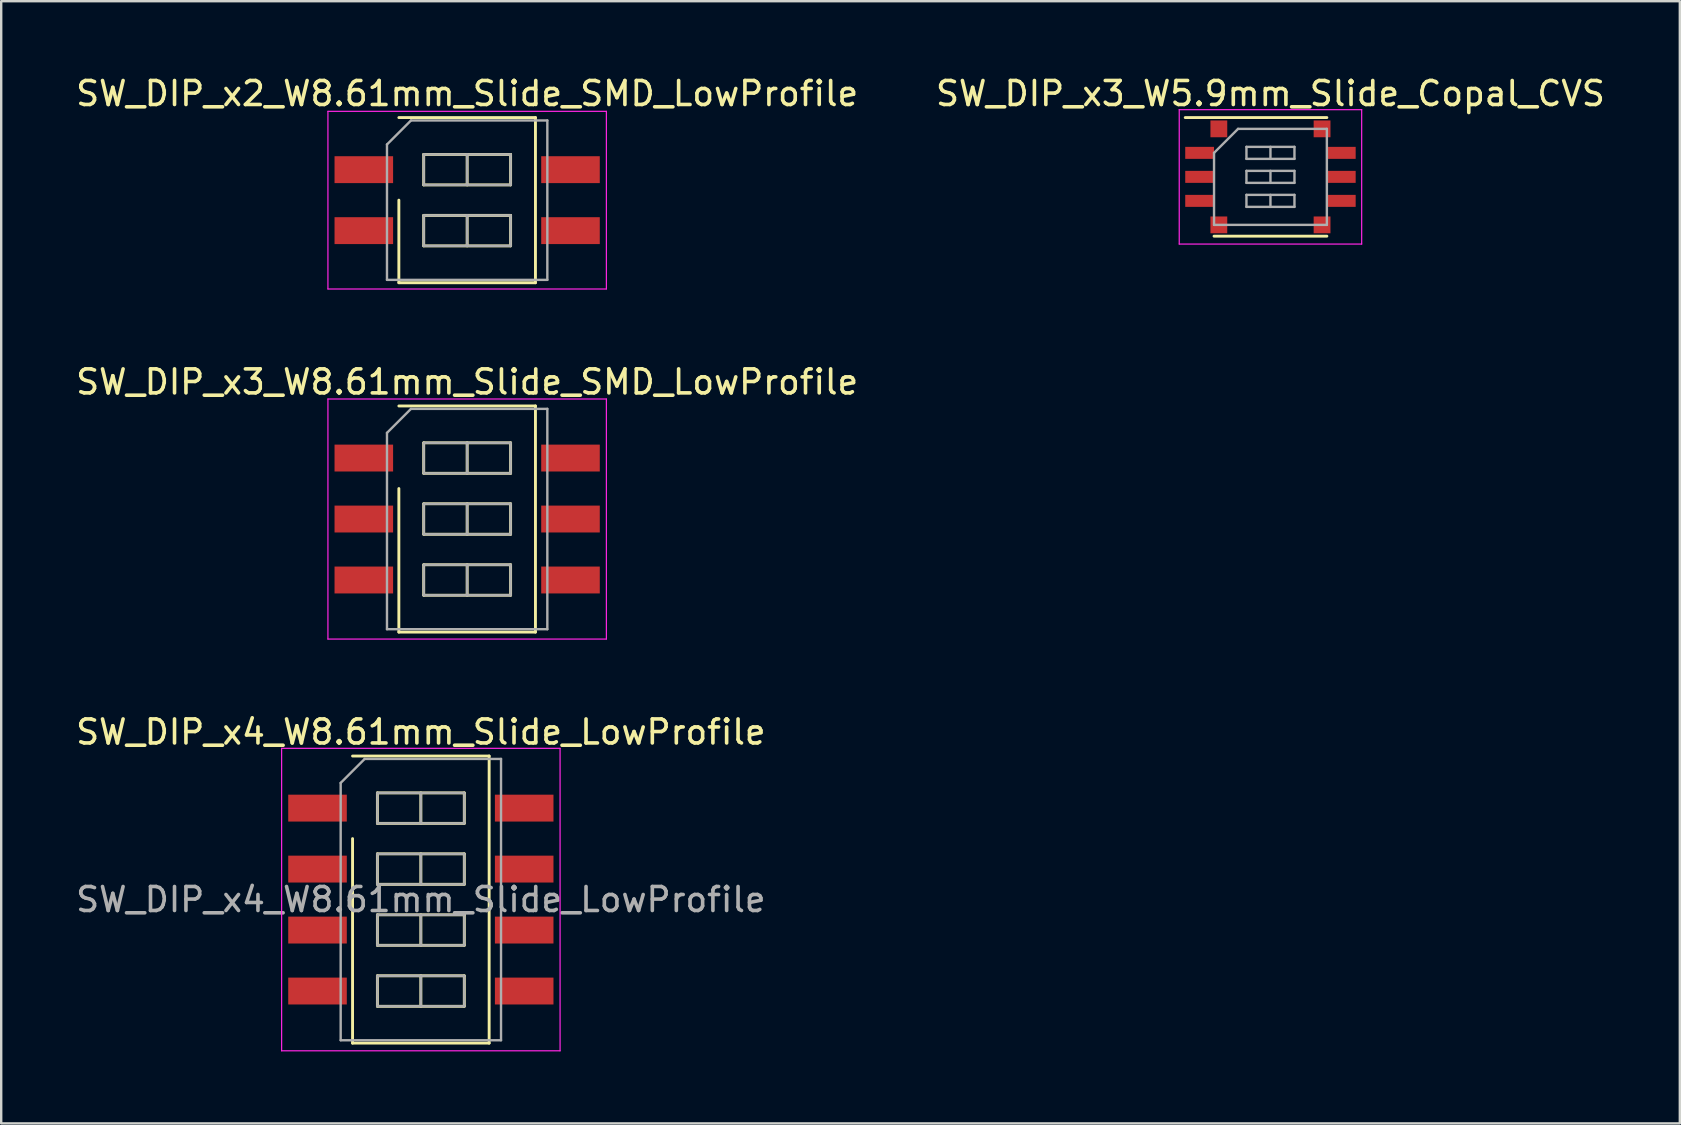
<source format=kicad_pcb>
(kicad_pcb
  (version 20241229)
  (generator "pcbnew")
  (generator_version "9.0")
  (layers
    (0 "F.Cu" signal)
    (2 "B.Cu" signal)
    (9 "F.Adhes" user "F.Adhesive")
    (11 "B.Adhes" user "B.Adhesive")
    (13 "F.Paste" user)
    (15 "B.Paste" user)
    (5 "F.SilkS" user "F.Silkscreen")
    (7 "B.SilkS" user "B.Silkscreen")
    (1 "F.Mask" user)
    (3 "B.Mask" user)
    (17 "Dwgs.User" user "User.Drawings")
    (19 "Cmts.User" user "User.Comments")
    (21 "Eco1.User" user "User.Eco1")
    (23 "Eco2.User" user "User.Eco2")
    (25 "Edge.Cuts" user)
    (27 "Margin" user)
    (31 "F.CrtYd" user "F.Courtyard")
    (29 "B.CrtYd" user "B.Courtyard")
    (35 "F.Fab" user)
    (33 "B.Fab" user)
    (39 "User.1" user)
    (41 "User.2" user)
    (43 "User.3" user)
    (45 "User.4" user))
  (footprint "SW_DIP_x4_W8.61mm_Slide_LowProfile"
    (layer "F.Cu")
    (at 14.482 34.425)
    (property "Reference" "SW_DIP_x4_W8.61mm_Slide_LowProfile" (at 0 -6.98 0) (layer "F.SilkS") (effects (font (size 1 1) (thickness 0.15))))
    (attr smd)
    (fp_line (start -2.845 -5.98) (end 2.845 -5.98) (stroke (width 0.12) (type solid)) (layer "F.SilkS"))
    (fp_line (start -2.845 5.98) (end -2.845 -2.54) (stroke (width 0.12) (type solid)) (layer "F.SilkS"))
    (fp_line (start -1.81 -4.445) (end -1.81 -3.175) (stroke (width 0.12) (type solid)) (layer "F.SilkS"))
    (fp_line (start -1.81 -3.175) (end 1.81 -3.175) (stroke (width 0.12) (type solid)) (layer "F.SilkS"))
    (fp_line (start -1.81 -1.905) (end -1.81 -0.635) (stroke (width 0.12) (type solid)) (layer "F.SilkS"))
    (fp_line (start -1.81 -0.635) (end 1.81 -0.635) (stroke (width 0.12) (type solid)) (layer "F.SilkS"))
    (fp_line (start -1.81 0.635) (end -1.81 1.905) (stroke (width 0.12) (type solid)) (layer "F.SilkS"))
    (fp_line (start -1.81 1.905) (end 1.81 1.905) (stroke (width 0.12) (type solid)) (layer "F.SilkS"))
    (fp_line (start -1.81 3.175) (end -1.81 4.445) (stroke (width 0.12) (type solid)) (layer "F.SilkS"))
    (fp_line (start -1.81 4.445) (end 1.81 4.445) (stroke (width 0.12) (type solid)) (layer "F.SilkS"))
    (fp_line (start 0 -4.445) (end 0 -3.175) (stroke (width 0.12) (type solid)) (layer "F.SilkS"))
    (fp_line (start 0 -1.905) (end 0 -0.635) (stroke (width 0.12) (type solid)) (layer "F.SilkS"))
    (fp_line (start 0 0.635) (end 0 1.905) (stroke (width 0.12) (type solid)) (layer "F.SilkS"))
    (fp_line (start 0 3.175) (end 0 4.445) (stroke (width 0.12) (type solid)) (layer "F.SilkS"))
    (fp_line (start 1.81 -4.445) (end -1.81 -4.445) (stroke (width 0.12) (type solid)) (layer "F.SilkS"))
    (fp_line (start 1.81 -3.175) (end 1.81 -4.445) (stroke (width 0.12) (type solid)) (layer "F.SilkS"))
    (fp_line (start 1.81 -1.905) (end -1.81 -1.905) (stroke (width 0.12) (type solid)) (layer "F.SilkS"))
    (fp_line (start 1.81 -0.635) (end 1.81 -1.905) (stroke (width 0.12) (type solid)) (layer "F.SilkS"))
    (fp_line (start 1.81 0.635) (end -1.81 0.635) (stroke (width 0.12) (type solid)) (layer "F.SilkS"))
    (fp_line (start 1.81 1.905) (end 1.81 0.635) (stroke (width 0.12) (type solid)) (layer "F.SilkS"))
    (fp_line (start 1.81 3.175) (end -1.81 3.175) (stroke (width 0.12) (type solid)) (layer "F.SilkS"))
    (fp_line (start 1.81 4.445) (end 1.81 3.175) (stroke (width 0.12) (type solid)) (layer "F.SilkS"))
    (fp_line (start 2.845 -5.98) (end 2.845 5.98) (stroke (width 0.12) (type solid)) (layer "F.SilkS"))
    (fp_line (start 2.845 5.98) (end -2.845 5.98) (stroke (width 0.12) (type solid)) (layer "F.SilkS"))
    (fp_line (start -5.8 -6.3) (end -5.8 6.3) (stroke (width 0.05) (type solid)) (layer "F.CrtYd"))
    (fp_line (start -5.8 6.3) (end 5.8 6.3) (stroke (width 0.05) (type solid)) (layer "F.CrtYd"))
    (fp_line (start 5.8 -6.3) (end -5.8 -6.3) (stroke (width 0.05) (type solid)) (layer "F.CrtYd"))
    (fp_line (start 5.8 6.3) (end 5.8 -6.3) (stroke (width 0.05) (type solid)) (layer "F.CrtYd"))
    (fp_line (start -3.34 -4.86) (end -2.34 -5.86) (stroke (width 0.1) (type solid)) (layer "F.Fab"))
    (fp_line (start -3.34 5.86) (end -3.34 -4.86) (stroke (width 0.1) (type solid)) (layer "F.Fab"))
    (fp_line (start -2.34 -5.86) (end 3.34 -5.86) (stroke (width 0.1) (type solid)) (layer "F.Fab"))
    (fp_line (start -1.81 -4.445) (end -1.81 -3.175) (stroke (width 0.1) (type solid)) (layer "F.Fab"))
    (fp_line (start -1.81 -3.175) (end 1.81 -3.175) (stroke (width 0.1) (type solid)) (layer "F.Fab"))
    (fp_line (start -1.81 -1.905) (end -1.81 -0.635) (stroke (width 0.1) (type solid)) (layer "F.Fab"))
    (fp_line (start -1.81 -0.635) (end 1.81 -0.635) (stroke (width 0.1) (type solid)) (layer "F.Fab"))
    (fp_line (start -1.81 0.635) (end -1.81 1.905) (stroke (width 0.1) (type solid)) (layer "F.Fab"))
    (fp_line (start -1.81 1.905) (end 1.81 1.905) (stroke (width 0.1) (type solid)) (layer "F.Fab"))
    (fp_line (start -1.81 3.175) (end -1.81 4.445) (stroke (width 0.1) (type solid)) (layer "F.Fab"))
    (fp_line (start -1.81 4.445) (end 1.81 4.445) (stroke (width 0.1) (type solid)) (layer "F.Fab"))
    (fp_line (start 0 -4.445) (end 0 -3.175) (stroke (width 0.1) (type solid)) (layer "F.Fab"))
    (fp_line (start 0 -1.905) (end 0 -0.635) (stroke (width 0.1) (type solid)) (layer "F.Fab"))
    (fp_line (start 0 0.635) (end 0 1.905) (stroke (width 0.1) (type solid)) (layer "F.Fab"))
    (fp_line (start 0 3.175) (end 0 4.445) (stroke (width 0.1) (type solid)) (layer "F.Fab"))
    (fp_line (start 1.81 -4.445) (end -1.81 -4.445) (stroke (width 0.1) (type solid)) (layer "F.Fab"))
    (fp_line (start 1.81 -3.175) (end 1.81 -4.445) (stroke (width 0.1) (type solid)) (layer "F.Fab"))
    (fp_line (start 1.81 -1.905) (end -1.81 -1.905) (stroke (width 0.1) (type solid)) (layer "F.Fab"))
    (fp_line (start 1.81 -0.635) (end 1.81 -1.905) (stroke (width 0.1) (type solid)) (layer "F.Fab"))
    (fp_line (start 1.81 0.635) (end -1.81 0.635) (stroke (width 0.1) (type solid)) (layer "F.Fab"))
    (fp_line (start 1.81 1.905) (end 1.81 0.635) (stroke (width 0.1) (type solid)) (layer "F.Fab"))
    (fp_line (start 1.81 3.175) (end -1.81 3.175) (stroke (width 0.1) (type solid)) (layer "F.Fab"))
    (fp_line (start 1.81 4.445) (end 1.81 3.175) (stroke (width 0.1) (type solid)) (layer "F.Fab"))
    (fp_line (start 3.34 -5.86) (end 3.34 5.86) (stroke (width 0.1) (type solid)) (layer "F.Fab"))
    (fp_line (start 3.34 5.86) (end -3.34 5.86) (stroke (width 0.1) (type solid)) (layer "F.Fab"))
    (fp_text user "${REFERENCE}" (at 0 0 0) (layer "F.Fab") (effects (font (size 1 1) (thickness 0.15))))
    (pad "1" smd rect (at -4.305 -3.81) (size 2.44 1.12) (layers "F.Cu" "F.Mask" "F.Paste"))
    (pad "2" smd rect (at -4.305 -1.27) (size 2.44 1.12) (layers "F.Cu" "F.Mask" "F.Paste"))
    (pad "3" smd rect (at -4.305 1.27) (size 2.44 1.12) (layers "F.Cu" "F.Mask" "F.Paste"))
    (pad "4" smd rect (at -4.305 3.81) (size 2.44 1.12) (layers "F.Cu" "F.Mask" "F.Paste"))
    (pad "5" smd rect (at 4.305 3.81) (size 2.44 1.12) (layers "F.Cu" "F.Mask" "F.Paste"))
    (pad "6" smd rect (at 4.305 1.27) (size 2.44 1.12) (layers "F.Cu" "F.Mask" "F.Paste"))
    (pad "7" smd rect (at 4.305 -1.27) (size 2.44 1.12) (layers "F.Cu" "F.Mask" "F.Paste"))
    (pad "8" smd rect (at 4.305 -3.81) (size 2.44 1.12) (layers "F.Cu" "F.Mask" "F.Paste")))
  (footprint "SW_DIP_x3_W5.9mm_Slide_Copal_CVS"
    (layer "F.Cu")
    (at 49.875 4.318)
    (property "Reference" "SW_DIP_x3_W5.9mm_Slide_Copal_CVS" (at 0 -3.47 0) (layer "F.SilkS") (effects (font (size 1 1) (thickness 0.15))))
    (attr smd)
    (fp_line (start -3.55 -2.47) (end 2.35 -2.47) (stroke (width 0.12) (type solid)) (layer "F.SilkS"))
    (fp_line (start -2.35 2.47) (end 2.35 2.47) (stroke (width 0.12) (type solid)) (layer "F.SilkS"))
    (fp_line (start -3.8 -2.8) (end -3.8 2.8) (stroke (width 0.05) (type solid)) (layer "F.CrtYd"))
    (fp_line (start -3.8 2.8) (end 3.8 2.8) (stroke (width 0.05) (type solid)) (layer "F.CrtYd"))
    (fp_line (start 3.8 -2.8) (end -3.8 -2.8) (stroke (width 0.05) (type solid)) (layer "F.CrtYd"))
    (fp_line (start 3.8 2.8) (end 3.8 -2.8) (stroke (width 0.05) (type solid)) (layer "F.CrtYd"))
    (fp_line (start -2.35 -1) (end -1.35 -2) (stroke (width 0.1) (type solid)) (layer "F.Fab"))
    (fp_line (start -2.35 2) (end -2.35 -1) (stroke (width 0.1) (type solid)) (layer "F.Fab"))
    (fp_line (start -1.35 -2) (end 2.35 -2) (stroke (width 0.1) (type solid)) (layer "F.Fab"))
    (fp_line (start -1 -1.25) (end -1 -0.75) (stroke (width 0.1) (type solid)) (layer "F.Fab"))
    (fp_line (start -1 -0.75) (end 1 -0.75) (stroke (width 0.1) (type solid)) (layer "F.Fab"))
    (fp_line (start -1 -0.25) (end -1 0.25) (stroke (width 0.1) (type solid)) (layer "F.Fab"))
    (fp_line (start -1 0.25) (end 1 0.25) (stroke (width 0.1) (type solid)) (layer "F.Fab"))
    (fp_line (start -1 0.75) (end -1 1.25) (stroke (width 0.1) (type solid)) (layer "F.Fab"))
    (fp_line (start -1 1.25) (end 1 1.25) (stroke (width 0.1) (type solid)) (layer "F.Fab"))
    (fp_line (start 0 -1.25) (end 0 -0.75) (stroke (width 0.1) (type solid)) (layer "F.Fab"))
    (fp_line (start 0 -0.25) (end 0 0.25) (stroke (width 0.1) (type solid)) (layer "F.Fab"))
    (fp_line (start 0 0.75) (end 0 1.25) (stroke (width 0.1) (type solid)) (layer "F.Fab"))
    (fp_line (start 1 -1.25) (end -1 -1.25) (stroke (width 0.1) (type solid)) (layer "F.Fab"))
    (fp_line (start 1 -0.75) (end 1 -1.25) (stroke (width 0.1) (type solid)) (layer "F.Fab"))
    (fp_line (start 1 -0.25) (end -1 -0.25) (stroke (width 0.1) (type solid)) (layer "F.Fab"))
    (fp_line (start 1 0.25) (end 1 -0.25) (stroke (width 0.1) (type solid)) (layer "F.Fab"))
    (fp_line (start 1 0.75) (end -1 0.75) (stroke (width 0.1) (type solid)) (layer "F.Fab"))
    (fp_line (start 1 1.25) (end 1 0.75) (stroke (width 0.1) (type solid)) (layer "F.Fab"))
    (fp_line (start 2.35 -2) (end 2.35 2) (stroke (width 0.1) (type solid)) (layer "F.Fab"))
    (fp_line (start 2.35 2) (end -2.35 2) (stroke (width 0.1) (type solid)) (layer "F.Fab"))
    (pad "1" smd rect (at -2.95 -1) (size 1.2 0.5) (layers "F.Cu" "F.Mask"))
    (pad "2" smd rect (at -2.95 0) (size 1.2 0.5) (layers "F.Cu" "F.Mask"))
    (pad "3" smd rect (at -2.95 1) (size 1.2 0.5) (layers "F.Cu" "F.Mask"))
    (pad "4" smd rect (at 2.95 1) (size 1.2 0.5) (layers "F.Cu" "F.Mask"))
    (pad "5" smd rect (at 2.95 0) (size 1.2 0.5) (layers "F.Cu" "F.Mask"))
    (pad "6" smd rect (at 2.95 -1) (size 1.2 0.5) (layers "F.Cu" "F.Mask"))
    (pad "7" smd rect (at -2.15 -2) (size 0.7 0.7) (layers "F.Cu" "F.Mask"))
    (pad "7" smd rect (at -2.15 2) (size 0.7 0.7) (layers "F.Cu" "F.Mask"))
    (pad "7" smd rect (at 2.15 -2) (size 0.7 0.7) (layers "F.Cu" "F.Mask"))
    (pad "7" smd rect (at 2.15 2) (size 0.7 0.7) (layers "F.Cu" "F.Mask")))
  (footprint "SW_DIP_x2_W8.61mm_Slide_SMD_LowProfile"
    (layer "F.Cu")
    (at 16.411 5.288)
    (property "Reference" "SW_DIP_x2_W8.61mm_Slide_SMD_LowProfile" (at 0 -4.44 0) (layer "F.SilkS") (effects (font (size 1 1) (thickness 0.15))))
    (attr smd)
    (fp_line (start -2.845 -3.44) (end 2.845 -3.44) (stroke (width 0.12) (type solid)) (layer "F.SilkS"))
    (fp_line (start -2.845 3.44) (end -2.845 0) (stroke (width 0.12) (type solid)) (layer "F.SilkS"))
    (fp_line (start -1.81 -1.905) (end -1.81 -0.635) (stroke (width 0.12) (type solid)) (layer "F.SilkS"))
    (fp_line (start -1.81 -0.635) (end 1.81 -0.635) (stroke (width 0.12) (type solid)) (layer "F.SilkS"))
    (fp_line (start -1.81 0.635) (end -1.81 1.905) (stroke (width 0.12) (type solid)) (layer "F.SilkS"))
    (fp_line (start -1.81 1.905) (end 1.81 1.905) (stroke (width 0.12) (type solid)) (layer "F.SilkS"))
    (fp_line (start 0 -1.905) (end 0 -0.635) (stroke (width 0.12) (type solid)) (layer "F.SilkS"))
    (fp_line (start 0 0.635) (end 0 1.905) (stroke (width 0.12) (type solid)) (layer "F.SilkS"))
    (fp_line (start 1.81 -1.905) (end -1.81 -1.905) (stroke (width 0.12) (type solid)) (layer "F.SilkS"))
    (fp_line (start 1.81 -0.635) (end 1.81 -1.905) (stroke (width 0.12) (type solid)) (layer "F.SilkS"))
    (fp_line (start 1.81 0.635) (end -1.81 0.635) (stroke (width 0.12) (type solid)) (layer "F.SilkS"))
    (fp_line (start 1.81 1.905) (end 1.81 0.635) (stroke (width 0.12) (type solid)) (layer "F.SilkS"))
    (fp_line (start 2.845 -3.44) (end 2.845 3.44) (stroke (width 0.12) (type solid)) (layer "F.SilkS"))
    (fp_line (start 2.845 3.44) (end -2.845 3.44) (stroke (width 0.12) (type solid)) (layer "F.SilkS"))
    (fp_line (start -5.8 -3.7) (end -5.8 3.7) (stroke (width 0.05) (type solid)) (layer "F.CrtYd"))
    (fp_line (start -5.8 3.7) (end 5.8 3.7) (stroke (width 0.05) (type solid)) (layer "F.CrtYd"))
    (fp_line (start 5.8 -3.7) (end -5.8 -3.7) (stroke (width 0.05) (type solid)) (layer "F.CrtYd"))
    (fp_line (start 5.8 3.7) (end 5.8 -3.7) (stroke (width 0.05) (type solid)) (layer "F.CrtYd"))
    (fp_line (start -3.34 -2.32) (end -2.34 -3.32) (stroke (width 0.1) (type solid)) (layer "F.Fab"))
    (fp_line (start -3.34 3.32) (end -3.34 -2.32) (stroke (width 0.1) (type solid)) (layer "F.Fab"))
    (fp_line (start -2.34 -3.32) (end 3.34 -3.32) (stroke (width 0.1) (type solid)) (layer "F.Fab"))
    (fp_line (start -1.81 -1.905) (end -1.81 -0.635) (stroke (width 0.1) (type solid)) (layer "F.Fab"))
    (fp_line (start -1.81 -0.635) (end 1.81 -0.635) (stroke (width 0.1) (type solid)) (layer "F.Fab"))
    (fp_line (start -1.81 0.635) (end -1.81 1.905) (stroke (width 0.1) (type solid)) (layer "F.Fab"))
    (fp_line (start -1.81 1.905) (end 1.81 1.905) (stroke (width 0.1) (type solid)) (layer "F.Fab"))
    (fp_line (start 0 -1.905) (end 0 -0.635) (stroke (width 0.1) (type solid)) (layer "F.Fab"))
    (fp_line (start 0 0.635) (end 0 1.905) (stroke (width 0.1) (type solid)) (layer "F.Fab"))
    (fp_line (start 1.81 -1.905) (end -1.81 -1.905) (stroke (width 0.1) (type solid)) (layer "F.Fab"))
    (fp_line (start 1.81 -0.635) (end 1.81 -1.905) (stroke (width 0.1) (type solid)) (layer "F.Fab"))
    (fp_line (start 1.81 0.635) (end -1.81 0.635) (stroke (width 0.1) (type solid)) (layer "F.Fab"))
    (fp_line (start 1.81 1.905) (end 1.81 0.635) (stroke (width 0.1) (type solid)) (layer "F.Fab"))
    (fp_line (start 3.34 -3.32) (end 3.34 3.32) (stroke (width 0.1) (type solid)) (layer "F.Fab"))
    (fp_line (start 3.34 3.32) (end -3.34 3.32) (stroke (width 0.1) (type solid)) (layer "F.Fab"))
    (pad "1" smd rect (at -4.305 -1.27) (size 2.44 1.12) (layers "F.Cu" "F.Mask"))
    (pad "2" smd rect (at -4.305 1.27) (size 2.44 1.12) (layers "F.Cu" "F.Mask"))
    (pad "3" smd rect (at 4.305 1.27) (size 2.44 1.12) (layers "F.Cu" "F.Mask"))
    (pad "4" smd rect (at 4.305 -1.27) (size 2.44 1.12) (layers "F.Cu" "F.Mask")))
  (footprint "SW_DIP_x3_W8.61mm_Slide_SMD_LowProfile"
    (layer "F.Cu")
    (at 16.411 18.572)
    (property "Reference" "SW_DIP_x3_W8.61mm_Slide_SMD_LowProfile" (at 0 -5.71 0) (layer "F.SilkS") (effects (font (size 1 1) (thickness 0.15))))
    (attr smd)
    (fp_line (start -2.845 -4.71) (end 2.845 -4.71) (stroke (width 0.12) (type solid)) (layer "F.SilkS"))
    (fp_line (start -2.845 4.71) (end -2.845 -1.27) (stroke (width 0.12) (type solid)) (layer "F.SilkS"))
    (fp_line (start -1.81 -3.175) (end -1.81 -1.905) (stroke (width 0.12) (type solid)) (layer "F.SilkS"))
    (fp_line (start -1.81 -1.905) (end 1.81 -1.905) (stroke (width 0.12) (type solid)) (layer "F.SilkS"))
    (fp_line (start -1.81 -0.635) (end -1.81 0.635) (stroke (width 0.12) (type solid)) (layer "F.SilkS"))
    (fp_line (start -1.81 0.635) (end 1.81 0.635) (stroke (width 0.12) (type solid)) (layer "F.SilkS"))
    (fp_line (start -1.81 1.905) (end -1.81 3.175) (stroke (width 0.12) (type solid)) (layer "F.SilkS"))
    (fp_line (start -1.81 3.175) (end 1.81 3.175) (stroke (width 0.12) (type solid)) (layer "F.SilkS"))
    (fp_line (start 0 -3.175) (end 0 -1.905) (stroke (width 0.12) (type solid)) (layer "F.SilkS"))
    (fp_line (start 0 -0.635) (end 0 0.635) (stroke (width 0.12) (type solid)) (layer "F.SilkS"))
    (fp_line (start 0 1.905) (end 0 3.175) (stroke (width 0.12) (type solid)) (layer "F.SilkS"))
    (fp_line (start 1.81 -3.175) (end -1.81 -3.175) (stroke (width 0.12) (type solid)) (layer "F.SilkS"))
    (fp_line (start 1.81 -1.905) (end 1.81 -3.175) (stroke (width 0.12) (type solid)) (layer "F.SilkS"))
    (fp_line (start 1.81 -0.635) (end -1.81 -0.635) (stroke (width 0.12) (type solid)) (layer "F.SilkS"))
    (fp_line (start 1.81 0.635) (end 1.81 -0.635) (stroke (width 0.12) (type solid)) (layer "F.SilkS"))
    (fp_line (start 1.81 1.905) (end -1.81 1.905) (stroke (width 0.12) (type solid)) (layer "F.SilkS"))
    (fp_line (start 1.81 3.175) (end 1.81 1.905) (stroke (width 0.12) (type solid)) (layer "F.SilkS"))
    (fp_line (start 2.845 -4.71) (end 2.845 4.71) (stroke (width 0.12) (type solid)) (layer "F.SilkS"))
    (fp_line (start 2.845 4.71) (end -2.845 4.71) (stroke (width 0.12) (type solid)) (layer "F.SilkS"))
    (fp_line (start -5.8 -5) (end -5.8 5) (stroke (width 0.05) (type solid)) (layer "F.CrtYd"))
    (fp_line (start -5.8 5) (end 5.8 5) (stroke (width 0.05) (type solid)) (layer "F.CrtYd"))
    (fp_line (start 5.8 -5) (end -5.8 -5) (stroke (width 0.05) (type solid)) (layer "F.CrtYd"))
    (fp_line (start 5.8 5) (end 5.8 -5) (stroke (width 0.05) (type solid)) (layer "F.CrtYd"))
    (fp_line (start -3.34 -3.59) (end -2.34 -4.59) (stroke (width 0.1) (type solid)) (layer "F.Fab"))
    (fp_line (start -3.34 4.59) (end -3.34 -3.59) (stroke (width 0.1) (type solid)) (layer "F.Fab"))
    (fp_line (start -2.34 -4.59) (end 3.34 -4.59) (stroke (width 0.1) (type solid)) (layer "F.Fab"))
    (fp_line (start -1.81 -3.175) (end -1.81 -1.905) (stroke (width 0.1) (type solid)) (layer "F.Fab"))
    (fp_line (start -1.81 -1.905) (end 1.81 -1.905) (stroke (width 0.1) (type solid)) (layer "F.Fab"))
    (fp_line (start -1.81 -0.635) (end -1.81 0.635) (stroke (width 0.1) (type solid)) (layer "F.Fab"))
    (fp_line (start -1.81 0.635) (end 1.81 0.635) (stroke (width 0.1) (type solid)) (layer "F.Fab"))
    (fp_line (start -1.81 1.905) (end -1.81 3.175) (stroke (width 0.1) (type solid)) (layer "F.Fab"))
    (fp_line (start -1.81 3.175) (end 1.81 3.175) (stroke (width 0.1) (type solid)) (layer "F.Fab"))
    (fp_line (start 0 -3.175) (end 0 -1.905) (stroke (width 0.1) (type solid)) (layer "F.Fab"))
    (fp_line (start 0 -0.635) (end 0 0.635) (stroke (width 0.1) (type solid)) (layer "F.Fab"))
    (fp_line (start 0 1.905) (end 0 3.175) (stroke (width 0.1) (type solid)) (layer "F.Fab"))
    (fp_line (start 1.81 -3.175) (end -1.81 -3.175) (stroke (width 0.1) (type solid)) (layer "F.Fab"))
    (fp_line (start 1.81 -1.905) (end 1.81 -3.175) (stroke (width 0.1) (type solid)) (layer "F.Fab"))
    (fp_line (start 1.81 -0.635) (end -1.81 -0.635) (stroke (width 0.1) (type solid)) (layer "F.Fab"))
    (fp_line (start 1.81 0.635) (end 1.81 -0.635) (stroke (width 0.1) (type solid)) (layer "F.Fab"))
    (fp_line (start 1.81 1.905) (end -1.81 1.905) (stroke (width 0.1) (type solid)) (layer "F.Fab"))
    (fp_line (start 1.81 3.175) (end 1.81 1.905) (stroke (width 0.1) (type solid)) (layer "F.Fab"))
    (fp_line (start 3.34 -4.59) (end 3.34 4.59) (stroke (width 0.1) (type solid)) (layer "F.Fab"))
    (fp_line (start 3.34 4.59) (end -3.34 4.59) (stroke (width 0.1) (type solid)) (layer "F.Fab"))
    (pad "1" smd rect (at -4.305 -2.54) (size 2.44 1.12) (layers "F.Cu" "F.Mask"))
    (pad "2" smd rect (at -4.305 0) (size 2.44 1.12) (layers "F.Cu" "F.Mask"))
    (pad "3" smd rect (at -4.305 2.54) (size 2.44 1.12) (layers "F.Cu" "F.Mask"))
    (pad "4" smd rect (at 4.305 2.54) (size 2.44 1.12) (layers "F.Cu" "F.Mask"))
    (pad "5" smd rect (at 4.305 0) (size 2.44 1.12) (layers "F.Cu" "F.Mask"))
    (pad "6" smd rect (at 4.305 -2.54) (size 2.44 1.12) (layers "F.Cu" "F.Mask")))
  (gr_rect
    (start -3 -3)
    (end 66.929 43.75)
    (stroke (width 0.1) (type default))
    (fill no)
    (layer "Edge.Cuts")))
</source>
